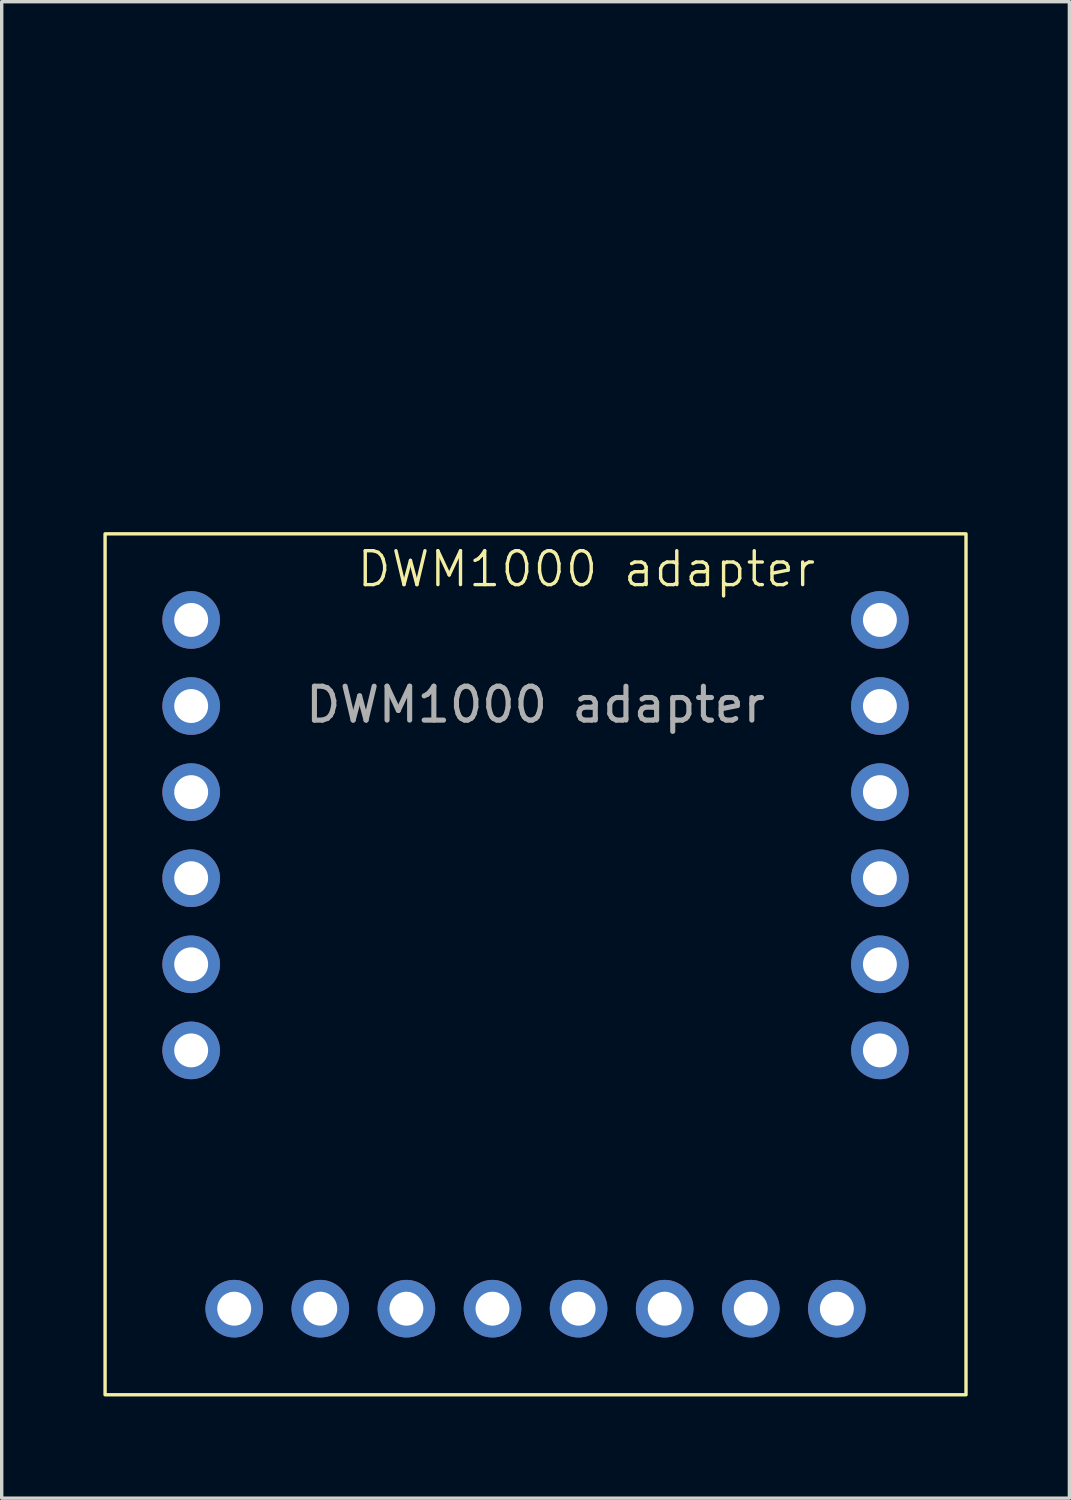
<source format=kicad_pcb>
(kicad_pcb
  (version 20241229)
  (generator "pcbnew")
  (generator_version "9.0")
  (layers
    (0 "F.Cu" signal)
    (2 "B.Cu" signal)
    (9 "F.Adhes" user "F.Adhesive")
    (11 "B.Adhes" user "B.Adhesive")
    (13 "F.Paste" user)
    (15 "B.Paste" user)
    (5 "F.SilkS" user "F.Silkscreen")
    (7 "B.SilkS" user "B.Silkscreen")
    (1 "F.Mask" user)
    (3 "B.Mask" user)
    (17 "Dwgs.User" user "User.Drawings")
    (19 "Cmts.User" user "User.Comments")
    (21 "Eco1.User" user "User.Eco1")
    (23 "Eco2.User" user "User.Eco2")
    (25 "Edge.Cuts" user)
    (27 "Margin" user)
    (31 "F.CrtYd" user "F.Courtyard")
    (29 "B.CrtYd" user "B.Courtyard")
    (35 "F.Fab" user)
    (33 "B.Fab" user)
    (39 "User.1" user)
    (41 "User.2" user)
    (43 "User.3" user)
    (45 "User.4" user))
  (footprint "DWM1000 adapter"
    (layer "F.Cu")
    (at 12.75 15.24)
    (property "Reference" "DWM1000 adapter" (at 1.5 -1.5 0) (unlocked yes) (layer "F.SilkS") (effects (font (size 1 1) (thickness 0.1))))
    (attr smd)
    (fp_rect (start -12.7 -2.54) (end 12.7 22.86) (stroke (width 0.1) (type default)) (fill no) (layer "F.SilkS"))
    (fp_text user "${REFERENCE}" (at 0 2.5 0) (unlocked yes) (layer "F.Fab") (effects (font (size 1 1) (thickness 0.15))))
    (pad "1" thru_hole circle (at 10.16 0) (size 1.7 1.7) (drill 1) (layers "*.Cu" "*.Mask"))
    (pad "2" thru_hole circle (at 10.16 2.54) (size 1.7 1.7) (drill 1) (layers "*.Cu" "*.Mask"))
    (pad "3" thru_hole circle (at 10.16 5.08) (size 1.7 1.7) (drill 1) (layers "*.Cu" "*.Mask"))
    (pad "4" thru_hole circle (at 10.16 7.62) (size 1.7 1.7) (drill 1) (layers "*.Cu" "*.Mask"))
    (pad "5" thru_hole circle (at 10.16 10.16) (size 1.7 1.7) (drill 1) (layers "*.Cu" "*.Mask"))
    (pad "6" thru_hole circle (at 10.16 12.7) (size 1.7 1.7) (drill 1) (layers "*.Cu" "*.Mask"))
    (pad "7" thru_hole circle (at -10.16 0) (size 1.7 1.7) (drill 1) (layers "*.Cu" "*.Mask"))
    (pad "8" thru_hole circle (at -10.16 2.54) (size 1.7 1.7) (drill 1) (layers "*.Cu" "*.Mask"))
    (pad "9" thru_hole circle (at -10.16 5.08) (size 1.7 1.7) (drill 1) (layers "*.Cu" "*.Mask"))
    (pad "10" thru_hole circle (at -10.16 7.62) (size 1.7 1.7) (drill 1) (layers "*.Cu" "*.Mask"))
    (pad "11" thru_hole circle (at -10.16 10.16) (size 1.7 1.7) (drill 1) (layers "*.Cu" "*.Mask"))
    (pad "12" thru_hole circle (at -10.16 12.7) (size 1.7 1.7) (drill 1) (layers "*.Cu" "*.Mask"))
    (pad "13" thru_hole circle (at -8.89 20.32 180) (size 1.7 1.7) (drill 1) (layers "*.Cu" "*.Mask"))
    (pad "14" thru_hole circle (at -6.35 20.32 180) (size 1.7 1.7) (drill 1) (layers "*.Cu" "*.Mask"))
    (pad "15" thru_hole circle (at -3.81 20.32 180) (size 1.7 1.7) (drill 1) (layers "*.Cu" "*.Mask"))
    (pad "16" thru_hole circle (at -1.27 20.32 180) (size 1.7 1.7) (drill 1) (layers "*.Cu" "*.Mask"))
    (pad "17" thru_hole circle (at 1.27 20.32 180) (size 1.7 1.7) (drill 1) (layers "*.Cu" "*.Mask"))
    (pad "18" thru_hole circle (at 3.81 20.32 180) (size 1.7 1.7) (drill 1) (layers "*.Cu" "*.Mask"))
    (pad "19" thru_hole circle (at 6.35 20.32 180) (size 1.7 1.7) (drill 1) (layers "*.Cu" "*.Mask"))
    (pad "20" thru_hole circle (at 8.89 20.32 180) (size 1.7 1.7) (drill 1) (layers "*.Cu" "*.Mask"))
    (zone (net_name "") (layers "F.Cu" "B.Cu") (name "Keep out zone") (hatch edge 0.5) (connect_pads) (min_thickness 0.25) (filled_areas_thickness no) (keepout (tracks allowed) (vias allowed) (pads allowed) (copperpour not_allowed) (footprints allowed)) (placement (enabled no)) (fill) (polygon (pts (xy 0.05 12.7) (xy 25.45 12.7) (xy 25.45 0) (xy 0.05 0)))))
  (gr_rect
    (start -3 -3)
    (end 28.5 41.15)
    (stroke (width 0.1) (type default))
    (fill no)
    (layer "Edge.Cuts")))
</source>
